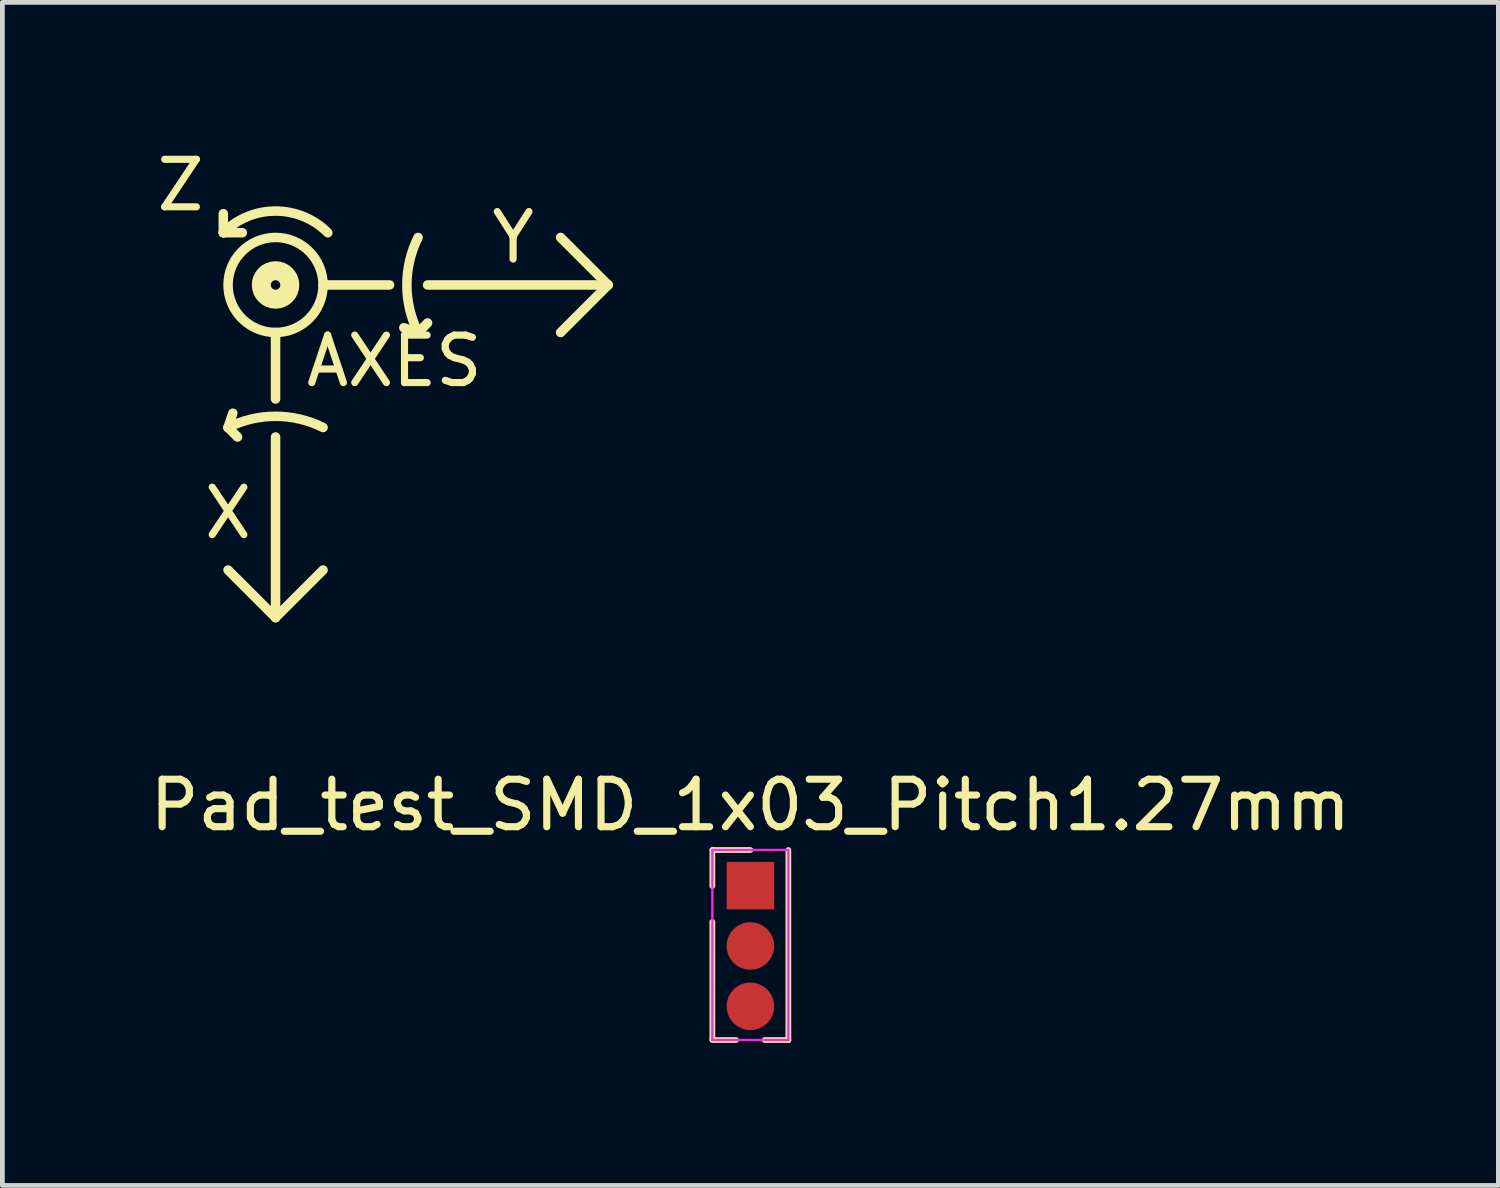
<source format=kicad_pcb>
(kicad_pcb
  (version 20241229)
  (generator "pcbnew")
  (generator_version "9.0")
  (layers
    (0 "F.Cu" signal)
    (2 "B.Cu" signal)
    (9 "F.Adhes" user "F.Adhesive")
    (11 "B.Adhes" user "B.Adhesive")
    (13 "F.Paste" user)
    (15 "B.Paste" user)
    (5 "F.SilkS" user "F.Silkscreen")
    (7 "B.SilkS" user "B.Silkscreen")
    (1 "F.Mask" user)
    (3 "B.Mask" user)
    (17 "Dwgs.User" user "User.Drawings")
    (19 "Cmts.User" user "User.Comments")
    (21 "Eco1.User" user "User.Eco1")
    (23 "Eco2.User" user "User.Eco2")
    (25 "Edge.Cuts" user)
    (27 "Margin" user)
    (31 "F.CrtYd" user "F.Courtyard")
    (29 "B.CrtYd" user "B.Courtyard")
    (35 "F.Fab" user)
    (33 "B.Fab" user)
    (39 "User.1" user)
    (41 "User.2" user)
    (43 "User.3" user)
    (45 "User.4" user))
  (footprint "AXES"
    (layer "F.Cu")
    (at 0.25 0.348)
    (property "Reference" "AXES" (at 5 4.2 0) (layer "F.SilkS") (effects (font (size 1 1) (thickness 0.15))))
    (attr through_hole)
    (fp_line (start 1.4 1.5) (end 1.4 1.1) (stroke (width 0.2) (type solid)) (layer "F.SilkS"))
    (fp_line (start 1.4 1.5) (end 1.8 1.5) (stroke (width 0.2) (type solid)) (layer "F.SilkS"))
    (fp_line (start 1.5 5.6) (end 1.6 5.3) (stroke (width 0.2) (type solid)) (layer "F.SilkS"))
    (fp_line (start 1.5 5.6) (end 1.7 5.8) (stroke (width 0.2) (type solid)) (layer "F.SilkS"))
    (fp_line (start 1.5 8.6) (end 2.5 9.6) (stroke (width 0.2) (type solid)) (layer "F.SilkS"))
    (fp_line (start 2.5 5) (end 2.5 3.6) (stroke (width 0.2) (type solid)) (layer "F.SilkS"))
    (fp_line (start 2.5 5.8) (end 2.5 9.6) (stroke (width 0.2) (type solid)) (layer "F.SilkS"))
    (fp_line (start 2.5 9.6) (end 3.5 8.6) (stroke (width 0.2) (type solid)) (layer "F.SilkS"))
    (fp_line (start 4.9 2.6) (end 3.5 2.6) (stroke (width 0.2) (type solid)) (layer "F.SilkS"))
    (fp_line (start 5.5 3.6) (end 5.2 3.5) (stroke (width 0.2) (type solid)) (layer "F.SilkS"))
    (fp_line (start 5.5 3.6) (end 5.7 3.4) (stroke (width 0.2) (type solid)) (layer "F.SilkS"))
    (fp_line (start 5.7 2.6) (end 9.5 2.6) (stroke (width 0.2) (type solid)) (layer "F.SilkS"))
    (fp_line (start 8.5 3.6) (end 9.5 2.6) (stroke (width 0.2) (type solid)) (layer "F.SilkS"))
    (fp_line (start 9.5 2.6) (end 8.5 1.6) (stroke (width 0.2) (type solid)) (layer "F.SilkS"))
    (fp_arc (start 1.4 1.5) (mid 2.5 1.044365) (end 3.6 1.5) (stroke (width 0.2) (type solid)) (layer "F.SilkS"))
    (fp_arc (start 1.5 5.600001) (mid 2.5 5.363933) (end 3.499999 5.600001) (stroke (width 0.2) (type solid)) (layer "F.SilkS"))
    (fp_arc (start 5.500001 3.6) (mid 5.263933 2.6) (end 5.500001 1.600001) (stroke (width 0.2) (type solid)) (layer "F.SilkS"))
    (fp_circle (center 2.5 2.6) (end 2.6 2.6) (stroke (width 0.4) (type solid)) (fill no) (layer "F.SilkS"))
    (fp_circle (center 2.5 2.6) (end 3.5 2.6) (stroke (width 0.2) (type solid)) (fill no) (layer "F.SilkS"))
    (fp_text user "X" (at 1.5 7.4 0) (layer "F.SilkS") (effects (font (size 1 1) (thickness 0.15))))
    (fp_text user "Z" (at 0.5 0.5 0) (layer "F.SilkS") (effects (font (size 1 1) (thickness 0.15))))
    (fp_text user "Y" (at 7.5 1.6 0) (layer "F.SilkS") (effects (font (size 1 1) (thickness 0.15)))))
  (footprint "Pad_test_SMD_1x03_Pitch1.27mm"
    (layer "F.Cu")
    (at 12.744 15.591)
    (property "Reference" "Pad_test_SMD_1x03_Pitch1.27mm" (at 0 -1.695 0) (layer "F.SilkS") (effects (font (size 1 1) (thickness 0.15))))
    (attr through_hole)
    (fp_line (start -0.8 -0.75) (end 0 -0.75) (stroke (width 0.12) (type solid)) (layer "F.SilkS"))
    (fp_line (start -0.8 0.01) (end -0.8 -0.75) (stroke (width 0.12) (type solid)) (layer "F.SilkS"))
    (fp_line (start -0.8 0.76) (end -0.8 3.235) (stroke (width 0.12) (type solid)) (layer "F.SilkS"))
    (fp_line (start -0.8 3.25) (end -0.3 3.25) (stroke (width 0.12) (type solid)) (layer "F.SilkS"))
    (fp_line (start 0.3 3.25) (end 0.8 3.25) (stroke (width 0.12) (type solid)) (layer "F.SilkS"))
    (fp_line (start 0.8 -0.75) (end 0.8 3.25) (stroke (width 0.12) (type solid)) (layer "F.SilkS"))
    (fp_line (start -0.8 -0.75) (end -0.8 3.25) (stroke (width 0.05) (type solid)) (layer "F.CrtYd"))
    (fp_line (start -0.8 3.25) (end 0.8 3.25) (stroke (width 0.05) (type solid)) (layer "F.CrtYd"))
    (fp_line (start 0.8 -0.75) (end -0.8 -0.75) (stroke (width 0.05) (type solid)) (layer "F.CrtYd"))
    (fp_line (start 0.8 3.25) (end 0.8 -0.75) (stroke (width 0.05) (type solid)) (layer "F.CrtYd"))
    (pad "1" smd rect (at 0 0) (size 1 1) (layers "F.Cu" "F.Mask" "F.Paste"))
    (pad "2" smd oval (at 0 1.27) (size 1 1) (layers "F.Cu" "F.Mask" "F.Paste"))
    (pad "3" smd oval (at 0 2.54) (size 1 1) (layers "F.Cu" "F.Mask" "F.Paste")))
  (gr_rect
    (start -3 -3)
    (end 28.488 21.901)
    (stroke (width 0.1) (type default))
    (fill no)
    (layer "Edge.Cuts")))
</source>
